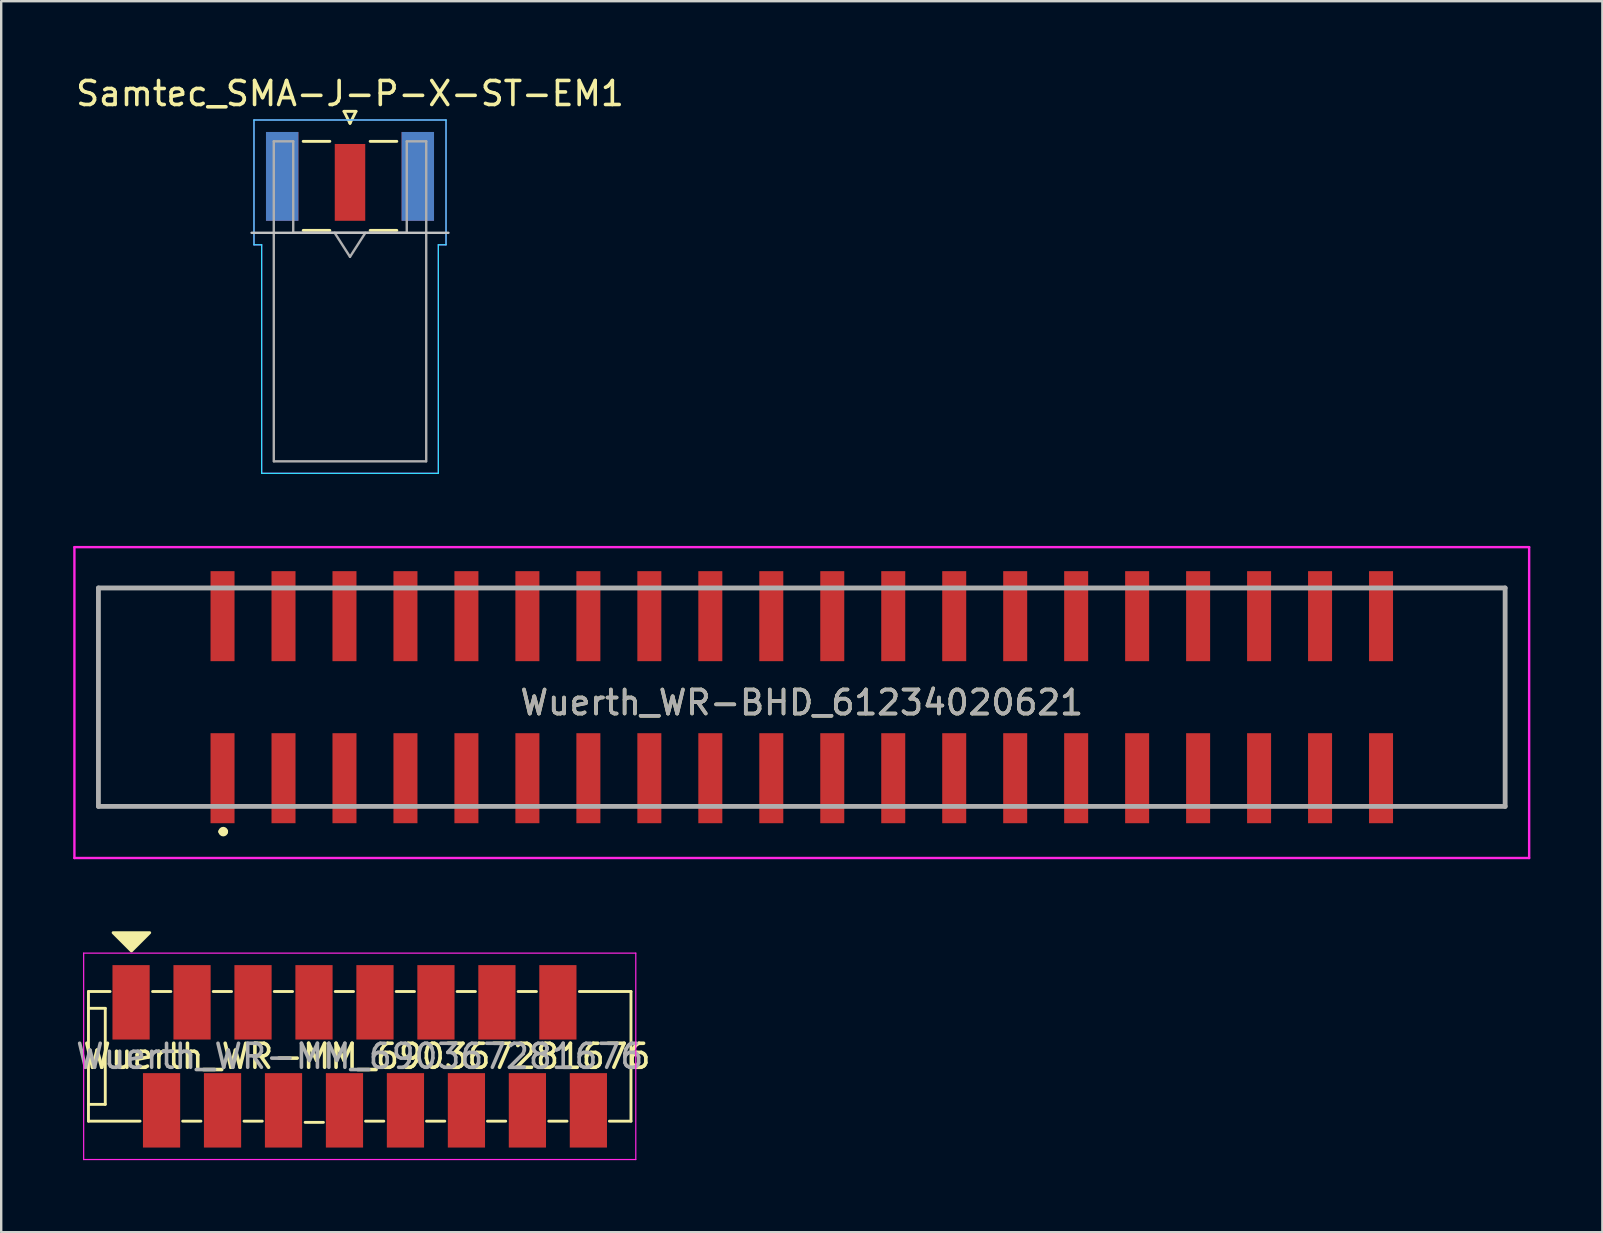
<source format=kicad_pcb>
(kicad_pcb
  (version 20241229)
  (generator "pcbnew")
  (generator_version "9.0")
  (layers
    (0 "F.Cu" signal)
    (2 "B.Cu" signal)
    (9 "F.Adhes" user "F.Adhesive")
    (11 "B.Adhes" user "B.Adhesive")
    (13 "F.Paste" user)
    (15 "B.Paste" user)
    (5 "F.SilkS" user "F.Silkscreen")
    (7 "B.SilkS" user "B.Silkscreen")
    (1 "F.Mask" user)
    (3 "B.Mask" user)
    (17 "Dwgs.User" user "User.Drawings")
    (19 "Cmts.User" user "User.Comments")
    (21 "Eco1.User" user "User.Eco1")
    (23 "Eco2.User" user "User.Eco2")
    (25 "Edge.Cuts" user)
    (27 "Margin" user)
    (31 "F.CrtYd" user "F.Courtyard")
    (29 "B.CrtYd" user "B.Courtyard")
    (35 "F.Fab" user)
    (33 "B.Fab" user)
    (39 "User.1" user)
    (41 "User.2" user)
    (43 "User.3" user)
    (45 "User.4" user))
  (footprint "Samtec_SMA-J-P-X-ST-EM1"
    (layer "F.Cu")
    (at 11.53 4.548)
    (property "Reference" "Samtec_SMA-J-P-X-ST-EM1" (at 0 -3.7 0) (layer "F.SilkS") (effects (font (size 1 1) (thickness 0.15))))
    (attr smd)
    (fp_line (start -1.95 -1.71) (end -0.84 -1.71) (stroke (width 0.12) (type solid)) (layer "F.SilkS"))
    (fp_line (start -1.95 2) (end -0.84 2) (stroke (width 0.12) (type solid)) (layer "F.SilkS"))
    (fp_line (start -0.25 -2.96) (end 0 -2.46) (stroke (width 0.12) (type solid)) (layer "F.SilkS"))
    (fp_line (start 0 -2.46) (end 0.25 -2.96) (stroke (width 0.12) (type solid)) (layer "F.SilkS"))
    (fp_line (start 0.25 -2.96) (end -0.25 -2.96) (stroke (width 0.12) (type solid)) (layer "F.SilkS"))
    (fp_line (start 0.84 -1.71) (end 1.95 -1.71) (stroke (width 0.12) (type solid)) (layer "F.SilkS"))
    (fp_line (start 0.84 2) (end 1.95 2) (stroke (width 0.12) (type solid)) (layer "F.SilkS"))
    (fp_line (start 4.1 2.1) (end -4.1 2.1) (stroke (width 0.1) (type solid)) (layer "Dwgs.User"))
    (fp_line (start -4 -2.6) (end 4 -2.6) (stroke (width 0.05) (type solid)) (layer "B.CrtYd"))
    (fp_line (start -4 2.6) (end -4 -2.6) (stroke (width 0.05) (type solid)) (layer "B.CrtYd"))
    (fp_line (start -3.68 2.6) (end -4 2.6) (stroke (width 0.05) (type solid)) (layer "B.CrtYd"))
    (fp_line (start -3.68 12.12) (end -3.68 2.6) (stroke (width 0.05) (type solid)) (layer "B.CrtYd"))
    (fp_line (start 3.68 2.6) (end 3.68 12.12) (stroke (width 0.05) (type solid)) (layer "B.CrtYd"))
    (fp_line (start 3.68 12.12) (end -3.68 12.12) (stroke (width 0.05) (type solid)) (layer "B.CrtYd"))
    (fp_line (start 4 2.6) (end 3.68 2.6) (stroke (width 0.05) (type solid)) (layer "B.CrtYd"))
    (fp_line (start 4 2.6) (end 4 -2.6) (stroke (width 0.05) (type solid)) (layer "B.CrtYd"))
    (fp_line (start -4 -2.6) (end 4 -2.6) (stroke (width 0.05) (type solid)) (layer "F.CrtYd"))
    (fp_line (start -4 2.6) (end -4 -2.6) (stroke (width 0.05) (type solid)) (layer "F.CrtYd"))
    (fp_line (start -3.68 2.6) (end -4 2.6) (stroke (width 0.05) (type solid)) (layer "F.CrtYd"))
    (fp_line (start -3.68 12.12) (end -3.68 2.6) (stroke (width 0.05) (type solid)) (layer "F.CrtYd"))
    (fp_line (start 3.68 2.6) (end 3.68 12.12) (stroke (width 0.05) (type solid)) (layer "F.CrtYd"))
    (fp_line (start 3.68 2.6) (end 4 2.6) (stroke (width 0.05) (type solid)) (layer "F.CrtYd"))
    (fp_line (start 3.68 12.12) (end -3.68 12.12) (stroke (width 0.05) (type solid)) (layer "F.CrtYd"))
    (fp_line (start 4 2.6) (end 4 -2.6) (stroke (width 0.05) (type solid)) (layer "F.CrtYd"))
    (fp_line (start -3.175 -1.71) (end -3.175 11.62) (stroke (width 0.1) (type solid)) (layer "F.Fab"))
    (fp_line (start -2.365 -1.71) (end -3.175 -1.71) (stroke (width 0.1) (type solid)) (layer "F.Fab"))
    (fp_line (start -2.365 2.1) (end -2.365 -1.71) (stroke (width 0.1) (type solid)) (layer "F.Fab"))
    (fp_line (start 0 3.1) (end -0.64 2.1) (stroke (width 0.1) (type solid)) (layer "F.Fab"))
    (fp_line (start 0.64 2.1) (end 0 3.1) (stroke (width 0.1) (type solid)) (layer "F.Fab"))
    (fp_line (start 2.365 -1.71) (end 2.365 2.1) (stroke (width 0.1) (type solid)) (layer "F.Fab"))
    (fp_line (start 2.365 2.1) (end -2.365 2.1) (stroke (width 0.1) (type solid)) (layer "F.Fab"))
    (fp_line (start 3.165 11.62) (end -3.165 11.62) (stroke (width 0.1) (type solid)) (layer "F.Fab"))
    (fp_line (start 3.175 -1.71) (end 2.365 -1.71) (stroke (width 0.1) (type solid)) (layer "F.Fab"))
    (fp_line (start 3.175 -1.71) (end 3.175 11.62) (stroke (width 0.1) (type solid)) (layer "F.Fab"))
    (pad "1" smd rect (at 0 0) (size 1.27 3.2) (layers "F.Cu" "F.Mask" "F.Paste"))
    (pad "2" smd rect (at -2.825 -0.25) (size 1.35 3.7) (layers "F.Cu" "F.Mask" "F.Paste"))
    (pad "2" smd rect (at -2.825 -0.25) (size 1.35 3.7) (layers "B.Cu" "B.Mask" "B.Paste"))
    (pad "2" smd rect (at 2.825 -0.25) (size 1.35 3.7) (layers "F.Cu" "F.Mask" "F.Paste"))
    (pad "2" smd rect (at 2.825 -0.25) (size 1.35 3.7) (layers "B.Cu" "B.Mask" "B.Paste")))
  (footprint "Wuerth_WR-BHD_61234020621"
    (layer "F.Cu")
    (at 30.35 25.993)
    (property "Reference" "Wuerth_WR-BHD_61234020621" (at 0 0.225 0) (layer "F.SilkS") (effects (font (size 1 1) (thickness 0.15))))
    (attr smd)
    (fp_line (start -29.3 -4.55) (end -29.3 4.55) (stroke (width 0.1) (type solid)) (layer "F.SilkS"))
    (fp_line (start -29.3 4.55) (end -25.4 4.55) (stroke (width 0.1) (type solid)) (layer "F.SilkS"))
    (fp_line (start -25.4 -4.55) (end -29.3 -4.55) (stroke (width 0.1) (type solid)) (layer "F.SilkS"))
    (fp_line (start -24.2 5.6) (end -24.2 5.6) (stroke (width 0.2) (type solid)) (layer "F.SilkS"))
    (fp_line (start -24 5.6) (end -24 5.6) (stroke (width 0.2) (type solid)) (layer "F.SilkS"))
    (fp_line (start 25.4 -4.55) (end 29.3 -4.55) (stroke (width 0.1) (type solid)) (layer "F.SilkS"))
    (fp_line (start 29.3 -4.55) (end 29.3 4.55) (stroke (width 0.1) (type solid)) (layer "F.SilkS"))
    (fp_line (start 29.3 4.55) (end 25.4 4.55) (stroke (width 0.1) (type solid)) (layer "F.SilkS"))
    (fp_arc (start -24.2 5.6) (mid -24.1 5.5) (end -24 5.6) (stroke (width 0.2) (type solid)) (layer "F.SilkS"))
    (fp_arc (start -24 5.6) (mid -24.1 5.7) (end -24.2 5.6) (stroke (width 0.2) (type solid)) (layer "F.SilkS"))
    (fp_line (start -30.3 -6.25) (end 30.3 -6.25) (stroke (width 0.1) (type solid)) (layer "F.CrtYd"))
    (fp_line (start -30.3 6.7) (end -30.3 -6.25) (stroke (width 0.1) (type solid)) (layer "F.CrtYd"))
    (fp_line (start 30.3 -6.25) (end 30.3 6.7) (stroke (width 0.1) (type solid)) (layer "F.CrtYd"))
    (fp_line (start 30.3 6.7) (end -30.3 6.7) (stroke (width 0.1) (type solid)) (layer "F.CrtYd"))
    (fp_line (start -29.3 -4.55) (end 29.3 -4.55) (stroke (width 0.2) (type solid)) (layer "F.Fab"))
    (fp_line (start -29.3 4.55) (end -29.3 -4.55) (stroke (width 0.2) (type solid)) (layer "F.Fab"))
    (fp_line (start 29.3 -4.55) (end 29.3 4.55) (stroke (width 0.2) (type solid)) (layer "F.Fab"))
    (fp_line (start 29.3 4.55) (end -29.3 4.55) (stroke (width 0.2) (type solid)) (layer "F.Fab"))
    (fp_text user "${REFERENCE}" (at 0 0.225 0) (layer "F.Fab") (effects (font (size 1 1) (thickness 0.15))))
    (pad "1" smd rect (at -24.13 3.375) (size 1 3.75) (layers "F.Cu" "F.Mask" "F.Paste"))
    (pad "2" smd rect (at -24.13 -3.375) (size 1 3.75) (layers "F.Cu" "F.Mask" "F.Paste"))
    (pad "3" smd rect (at -21.59 3.375) (size 1 3.75) (layers "F.Cu" "F.Mask" "F.Paste"))
    (pad "4" smd rect (at -21.59 -3.375) (size 1 3.75) (layers "F.Cu" "F.Mask" "F.Paste"))
    (pad "5" smd rect (at -19.05 3.375) (size 1 3.75) (layers "F.Cu" "F.Mask" "F.Paste"))
    (pad "6" smd rect (at -19.05 -3.375) (size 1 3.75) (layers "F.Cu" "F.Mask" "F.Paste"))
    (pad "7" smd rect (at -16.51 3.375) (size 1 3.75) (layers "F.Cu" "F.Mask" "F.Paste"))
    (pad "8" smd rect (at -16.51 -3.375) (size 1 3.75) (layers "F.Cu" "F.Mask" "F.Paste"))
    (pad "9" smd rect (at -13.97 3.375) (size 1 3.75) (layers "F.Cu" "F.Mask" "F.Paste"))
    (pad "10" smd rect (at -13.97 -3.375) (size 1 3.75) (layers "F.Cu" "F.Mask" "F.Paste"))
    (pad "11" smd rect (at -11.43 3.375) (size 1 3.75) (layers "F.Cu" "F.Mask" "F.Paste"))
    (pad "12" smd rect (at -11.43 -3.375) (size 1 3.75) (layers "F.Cu" "F.Mask" "F.Paste"))
    (pad "13" smd rect (at -8.89 3.375) (size 1 3.75) (layers "F.Cu" "F.Mask" "F.Paste"))
    (pad "14" smd rect (at -8.89 -3.375) (size 1 3.75) (layers "F.Cu" "F.Mask" "F.Paste"))
    (pad "15" smd rect (at -6.35 3.375) (size 1 3.75) (layers "F.Cu" "F.Mask" "F.Paste"))
    (pad "16" smd rect (at -6.35 -3.375) (size 1 3.75) (layers "F.Cu" "F.Mask" "F.Paste"))
    (pad "17" smd rect (at -3.81 3.375) (size 1 3.75) (layers "F.Cu" "F.Mask" "F.Paste"))
    (pad "18" smd rect (at -3.81 -3.375) (size 1 3.75) (layers "F.Cu" "F.Mask" "F.Paste"))
    (pad "19" smd rect (at -1.27 3.375) (size 1 3.75) (layers "F.Cu" "F.Mask" "F.Paste"))
    (pad "20" smd rect (at -1.27 -3.375) (size 1 3.75) (layers "F.Cu" "F.Mask" "F.Paste"))
    (pad "21" smd rect (at 1.27 3.375) (size 1 3.75) (layers "F.Cu" "F.Mask" "F.Paste"))
    (pad "22" smd rect (at 1.27 -3.375) (size 1 3.75) (layers "F.Cu" "F.Mask" "F.Paste"))
    (pad "23" smd rect (at 3.81 3.375) (size 1 3.75) (layers "F.Cu" "F.Mask" "F.Paste"))
    (pad "24" smd rect (at 3.81 -3.375) (size 1 3.75) (layers "F.Cu" "F.Mask" "F.Paste"))
    (pad "25" smd rect (at 6.35 3.375) (size 1 3.75) (layers "F.Cu" "F.Mask" "F.Paste"))
    (pad "26" smd rect (at 6.35 -3.375) (size 1 3.75) (layers "F.Cu" "F.Mask" "F.Paste"))
    (pad "27" smd rect (at 8.89 3.375) (size 1 3.75) (layers "F.Cu" "F.Mask" "F.Paste"))
    (pad "28" smd rect (at 8.89 -3.375) (size 1 3.75) (layers "F.Cu" "F.Mask" "F.Paste"))
    (pad "29" smd rect (at 11.43 3.375) (size 1 3.75) (layers "F.Cu" "F.Mask" "F.Paste"))
    (pad "30" smd rect (at 11.43 -3.375) (size 1 3.75) (layers "F.Cu" "F.Mask" "F.Paste"))
    (pad "31" smd rect (at 13.97 3.375) (size 1 3.75) (layers "F.Cu" "F.Mask" "F.Paste"))
    (pad "32" smd rect (at 13.97 -3.375) (size 1 3.75) (layers "F.Cu" "F.Mask" "F.Paste"))
    (pad "33" smd rect (at 16.51 3.375) (size 1 3.75) (layers "F.Cu" "F.Mask" "F.Paste"))
    (pad "34" smd rect (at 16.51 -3.375) (size 1 3.75) (layers "F.Cu" "F.Mask" "F.Paste"))
    (pad "35" smd rect (at 19.05 3.375) (size 1 3.75) (layers "F.Cu" "F.Mask" "F.Paste"))
    (pad "36" smd rect (at 19.05 -3.375) (size 1 3.75) (layers "F.Cu" "F.Mask" "F.Paste"))
    (pad "37" smd rect (at 21.59 3.375) (size 1 3.75) (layers "F.Cu" "F.Mask" "F.Paste"))
    (pad "38" smd rect (at 21.59 -3.375) (size 1 3.75) (layers "F.Cu" "F.Mask" "F.Paste"))
    (pad "39" smd rect (at 24.13 3.375) (size 1 3.75) (layers "F.Cu" "F.Mask" "F.Paste"))
    (pad "40" smd rect (at 24.13 -3.375) (size 1 3.75) (layers "F.Cu" "F.Mask" "F.Paste")))
  (footprint "Wuerth_WR-MM_690367281676"
    (layer "F.Cu")
    (at 11.935 40.954)
    (property "Reference" "Wuerth_WR-MM_690367281676" (at 0.3 0 0) (unlocked yes) (layer "F.SilkS") (effects (font (size 1 1) (thickness 0.15))))
    (attr smd)
    (fp_line (start -11.3 2.7) (end -11.3 -2.7) (stroke (width 0.12) (type solid)) (layer "F.SilkS"))
    (fp_line (start -11.3 2.7) (end -9.15 2.7) (stroke (width 0.12) (type solid)) (layer "F.SilkS"))
    (fp_line (start -10.6 -2) (end -11.3 -2) (stroke (width 0.12) (type solid)) (layer "F.SilkS"))
    (fp_line (start -10.6 -2) (end -10.6 2) (stroke (width 0.12) (type solid)) (layer "F.SilkS"))
    (fp_line (start -10.6 2) (end -11.3 2) (stroke (width 0.12) (type solid)) (layer "F.SilkS"))
    (fp_line (start -10.4 -2.7) (end -11.3 -2.7) (stroke (width 0.12) (type solid)) (layer "F.SilkS"))
    (fp_line (start -8.629 -2.7) (end -7.867 -2.7) (stroke (width 0.12) (type solid)) (layer "F.SilkS"))
    (fp_line (start -7.376 2.7) (end -6.614 2.7) (stroke (width 0.12) (type solid)) (layer "F.SilkS"))
    (fp_line (start -6.102 -2.7) (end -5.34 -2.7) (stroke (width 0.12) (type solid)) (layer "F.SilkS"))
    (fp_line (start -4.821 2.7) (end -4.059 2.7) (stroke (width 0.12) (type solid)) (layer "F.SilkS"))
    (fp_line (start -3.56 -2.7) (end -2.798 -2.7) (stroke (width 0.12) (type solid)) (layer "F.SilkS"))
    (fp_line (start -2.274 2.75) (end -1.512 2.75) (stroke (width 0.12) (type solid)) (layer "F.SilkS"))
    (fp_line (start -1.02 -2.7) (end -0.258 -2.7) (stroke (width 0.12) (type solid)) (layer "F.SilkS"))
    (fp_line (start 0.242 2.7) (end 1.004 2.7) (stroke (width 0.12) (type solid)) (layer "F.SilkS"))
    (fp_line (start 1.52 -2.7) (end 2.282 -2.7) (stroke (width 0.12) (type solid)) (layer "F.SilkS"))
    (fp_line (start 2.782 2.7) (end 3.544 2.7) (stroke (width 0.12) (type solid)) (layer "F.SilkS"))
    (fp_line (start 4.057 -2.7) (end 4.819 -2.7) (stroke (width 0.12) (type solid)) (layer "F.SilkS"))
    (fp_line (start 5.321 2.7) (end 6.083 2.7) (stroke (width 0.12) (type solid)) (layer "F.SilkS"))
    (fp_line (start 6.599 -2.7) (end 7.361 -2.7) (stroke (width 0.12) (type solid)) (layer "F.SilkS"))
    (fp_line (start 7.874 2.7) (end 8.636 2.7) (stroke (width 0.12) (type solid)) (layer "F.SilkS"))
    (fp_line (start 11.3 -2.7) (end 9.15 -2.7) (stroke (width 0.12) (type solid)) (layer "F.SilkS"))
    (fp_line (start 11.3 -2.7) (end 11.3 2.7) (stroke (width 0.12) (type solid)) (layer "F.SilkS"))
    (fp_line (start 11.3 2.7) (end 10.4 2.7) (stroke (width 0.12) (type solid)) (layer "F.SilkS"))
    (fp_poly (pts (xy -9.511 -4.389) (xy -10.273 -5.151) (xy -8.749 -5.151)) (stroke (width 0.12) (type solid)) (fill yes) (layer "F.SilkS"))
    (fp_line (start -11.5 -4.3) (end -11.5 4.3) (stroke (width 0.05) (type solid)) (layer "F.CrtYd"))
    (fp_line (start -11.5 4.3) (end 11.5 4.3) (stroke (width 0.05) (type solid)) (layer "F.CrtYd"))
    (fp_line (start 11.5 -4.3) (end -11.5 -4.3) (stroke (width 0.05) (type solid)) (layer "F.CrtYd"))
    (fp_line (start 11.5 4.3) (end 11.5 -4.3) (stroke (width 0.05) (type solid)) (layer "F.CrtYd"))
    (fp_text user "${REFERENCE}" (at 0 0 0) (layer "F.Fab") (effects (font (size 1 1) (thickness 0.15))))
    (pad "1" smd rect (at -9.525 -2.25) (size 1.55 3.1) (layers "F.Cu" "F.Mask" "F.Paste"))
    (pad "2" smd rect (at -8.255 2.25) (size 1.55 3.1) (layers "F.Cu" "F.Mask" "F.Paste"))
    (pad "3" smd rect (at -6.985 -2.25) (size 1.55 3.1) (layers "F.Cu" "F.Mask" "F.Paste"))
    (pad "4" smd rect (at -5.715 2.25) (size 1.55 3.1) (layers "F.Cu" "F.Mask" "F.Paste"))
    (pad "5" smd rect (at -4.445 -2.25) (size 1.55 3.1) (layers "F.Cu" "F.Mask" "F.Paste"))
    (pad "6" smd rect (at -3.175 2.25) (size 1.55 3.1) (layers "F.Cu" "F.Mask" "F.Paste"))
    (pad "7" smd rect (at -1.905 -2.25) (size 1.55 3.1) (layers "F.Cu" "F.Mask" "F.Paste"))
    (pad "8" smd rect (at -0.635 2.25) (size 1.55 3.1) (layers "F.Cu" "F.Mask" "F.Paste"))
    (pad "9" smd rect (at 0.635 -2.25) (size 1.55 3.1) (layers "F.Cu" "F.Mask" "F.Paste"))
    (pad "10" smd rect (at 1.905 2.25) (size 1.55 3.1) (layers "F.Cu" "F.Mask" "F.Paste"))
    (pad "11" smd rect (at 3.175 -2.25) (size 1.55 3.1) (layers "F.Cu" "F.Mask" "F.Paste"))
    (pad "12" smd rect (at 4.445 2.25) (size 1.55 3.1) (layers "F.Cu" "F.Mask" "F.Paste"))
    (pad "13" smd rect (at 5.715 -2.25) (size 1.55 3.1) (layers "F.Cu" "F.Mask" "F.Paste"))
    (pad "14" smd rect (at 6.985 2.25) (size 1.55 3.1) (layers "F.Cu" "F.Mask" "F.Paste"))
    (pad "15" smd rect (at 8.255 -2.25) (size 1.55 3.1) (layers "F.Cu" "F.Mask" "F.Paste"))
    (pad "16" smd rect (at 9.525 2.25) (size 1.55 3.1) (layers "F.Cu" "F.Mask" "F.Paste")))
  (gr_rect
    (start -3 -3)
    (end 63.7 48.279)
    (stroke (width 0.1) (type default))
    (fill no)
    (layer "Edge.Cuts")))
</source>
